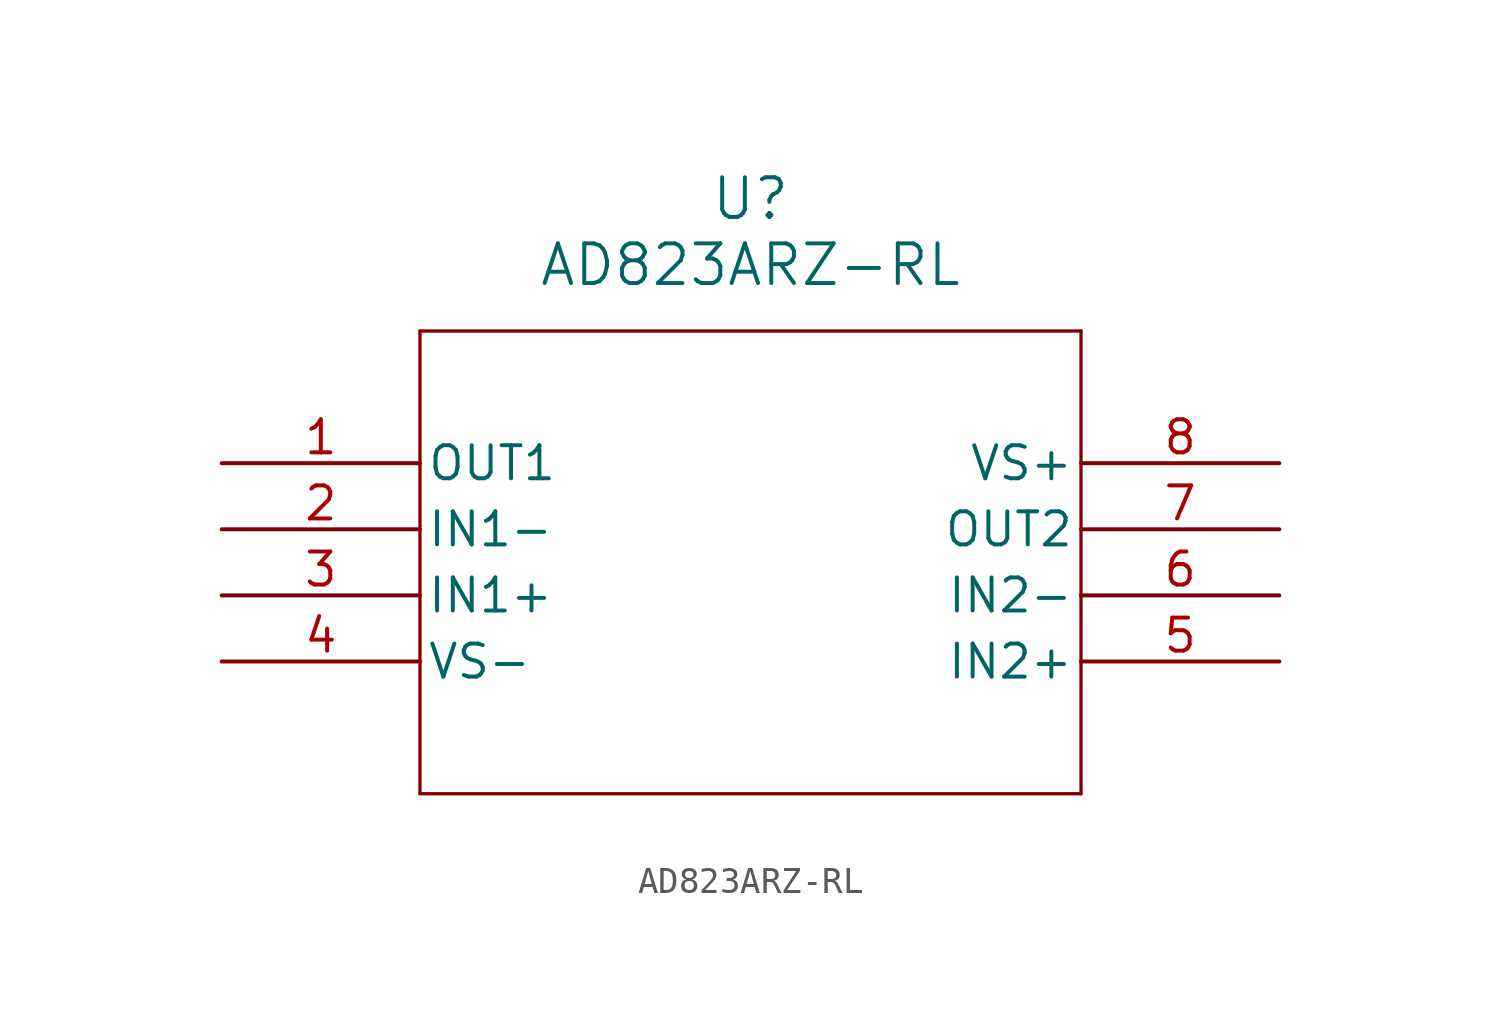
<source format=kicad_sym>
(kicad_symbol_lib
  (version 20211014)
  (generator kicad_symbol_editor)
  (symbol "AD823ARZ-RL"
    (pin_names
      (offset 0.254))
    (property "Reference" "U"
      (at 20.32 10.16 0)
      (effects (font (size 1.524 1.524))))
    (property "Value" "AD823ARZ-RL"
      (at 20.32 7.62 0)
      (effects (font (size 1.524 1.524))))
    (symbol "AD823ARZ-RL_0_1"
      (polyline (pts (xy 7.62 5.08) (xy 7.62 -12.7)) (stroke (width 0.127) (type default) (color 0 0 0 0)) (fill (type none)))
      (polyline (pts (xy 7.62 -12.7) (xy 33.02 -12.7)) (stroke (width 0.127) (type default) (color 0 0 0 0)) (fill (type none)))
      (polyline (pts (xy 33.02 -12.7) (xy 33.02 5.08)) (stroke (width 0.127) (type default) (color 0 0 0 0)) (fill (type none)))
      (polyline (pts (xy 33.02 5.08) (xy 7.62 5.08)) (stroke (width 0.127) (type default) (color 0 0 0 0)) (fill (type none)))
      (pin unspecified line (at 0 0 0) (length 7.62) (name "OUT1" (effects (font (size 1.27 1.27)))) (number "1" (effects (font (size 1.27 1.27)))))
      (pin unspecified line (at 0 -2.54 0) (length 7.62) (name "IN1-" (effects (font (size 1.27 1.27)))) (number "2" (effects (font (size 1.27 1.27)))))
      (pin unspecified line (at 0 -5.08 0) (length 7.62) (name "IN1+" (effects (font (size 1.27 1.27)))) (number "3" (effects (font (size 1.27 1.27)))))
      (pin power_in line (at 0 -7.62 0) (length 7.62) (name "VS-" (effects (font (size 1.27 1.27)))) (number "4" (effects (font (size 1.27 1.27)))))
      (pin unspecified line (at 40.64 -7.62 180) (length 7.62) (name "IN2+" (effects (font (size 1.27 1.27)))) (number "5" (effects (font (size 1.27 1.27)))))
      (pin unspecified line (at 40.64 -5.08 180) (length 7.62) (name "IN2-" (effects (font (size 1.27 1.27)))) (number "6" (effects (font (size 1.27 1.27)))))
      (pin unspecified line (at 40.64 -2.54 180) (length 7.62) (name "OUT2" (effects (font (size 1.27 1.27)))) (number "7" (effects (font (size 1.27 1.27)))))
      (pin power_in line (at 40.64 0 180) (length 7.62) (name "VS+" (effects (font (size 1.27 1.27)))) (number "8" (effects (font (size 1.27 1.27))))))))
</source>
